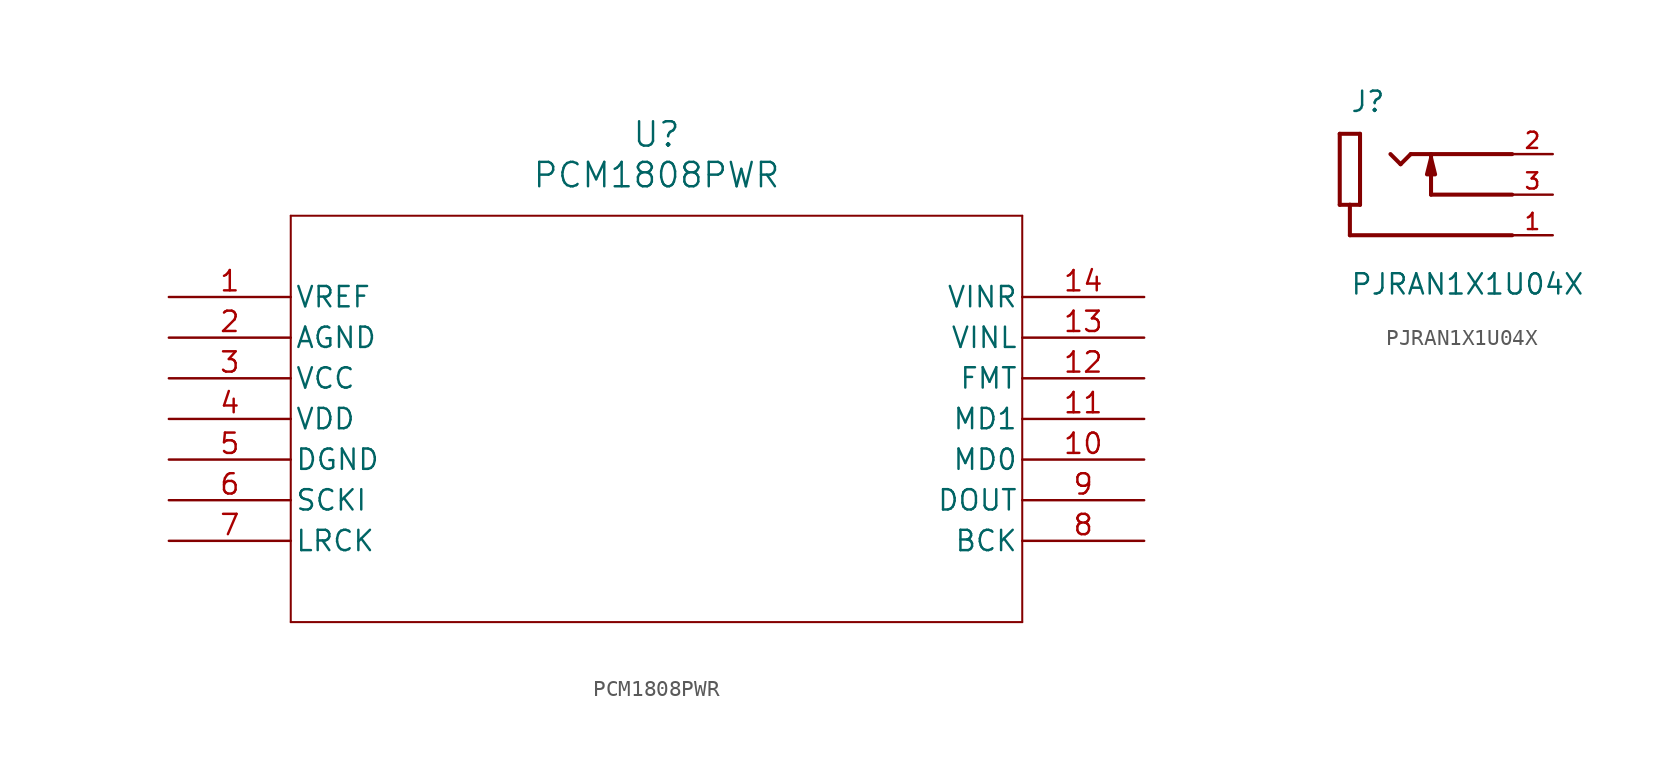
<source format=kicad_sym>
(kicad_symbol_lib
  (version 20241209)
  (generator "kicad_symbol_editor")
  (generator_version "9.0")
  (symbol "PCM1808PWR"
    (pin_names
      (offset 0.254))
    (property "Reference" "U"
      (at 30.48 10.16 0)
      (effects (font (size 1.524 1.524))))
    (property "Value" "PCM1808PWR"
      (at 30.48 7.62 0)
      (effects (font (size 1.524 1.524))))
    (property "ki_locked" ""
      (at 0 0 0)
      (effects (font (size 1.27 1.27))))
    (symbol "PCM1808PWR_0_1"
      (polyline (pts (xy 7.62 5.08) (xy 7.62 -20.32)) (stroke (width 0.127) (type default)) (fill (type none)))
      (polyline (pts (xy 7.62 -20.32) (xy 53.34 -20.32)) (stroke (width 0.127) (type default)) (fill (type none)))
      (polyline (pts (xy 53.34 5.08) (xy 7.62 5.08)) (stroke (width 0.127) (type default)) (fill (type none)))
      (polyline (pts (xy 53.34 -20.32) (xy 53.34 5.08)) (stroke (width 0.127) (type default)) (fill (type none)))
      (pin power_in line (at 0 0 0) (length 7.62) (name "VREF" (effects (font (size 1.27 1.27)))) (number "1" (effects (font (size 1.27 1.27)))))
      (pin power_in line (at 0 -2.54 0) (length 7.62) (name "AGND" (effects (font (size 1.27 1.27)))) (number "2" (effects (font (size 1.27 1.27)))))
      (pin power_in line (at 0 -5.08 0) (length 7.62) (name "VCC" (effects (font (size 1.27 1.27)))) (number "3" (effects (font (size 1.27 1.27)))))
      (pin power_in line (at 0 -7.62 0) (length 7.62) (name "VDD" (effects (font (size 1.27 1.27)))) (number "4" (effects (font (size 1.27 1.27)))))
      (pin power_in line (at 0 -10.16 0) (length 7.62) (name "DGND" (effects (font (size 1.27 1.27)))) (number "5" (effects (font (size 1.27 1.27)))))
      (pin input line (at 0 -12.7 0) (length 7.62) (name "SCKI" (effects (font (size 1.27 1.27)))) (number "6" (effects (font (size 1.27 1.27)))))
      (pin bidirectional line (at 0 -15.24 0) (length 7.62) (name "LRCK" (effects (font (size 1.27 1.27)))) (number "7" (effects (font (size 1.27 1.27)))))
      (pin input line (at 60.96 0 180) (length 7.62) (name "VINR" (effects (font (size 1.27 1.27)))) (number "14" (effects (font (size 1.27 1.27)))))
      (pin input line (at 60.96 -2.54 180) (length 7.62) (name "VINL" (effects (font (size 1.27 1.27)))) (number "13" (effects (font (size 1.27 1.27)))))
      (pin input line (at 60.96 -5.08 180) (length 7.62) (name "FMT" (effects (font (size 1.27 1.27)))) (number "12" (effects (font (size 1.27 1.27)))))
      (pin input line (at 60.96 -7.62 180) (length 7.62) (name "MD1" (effects (font (size 1.27 1.27)))) (number "11" (effects (font (size 1.27 1.27)))))
      (pin input line (at 60.96 -10.16 180) (length 7.62) (name "MD0" (effects (font (size 1.27 1.27)))) (number "10" (effects (font (size 1.27 1.27)))))
      (pin output line (at 60.96 -12.7 180) (length 7.62) (name "DOUT" (effects (font (size 1.27 1.27)))) (number "9" (effects (font (size 1.27 1.27)))))
      (pin bidirectional line (at 60.96 -15.24 180) (length 7.62) (name "BCK" (effects (font (size 1.27 1.27)))) (number "8" (effects (font (size 1.27 1.27)))))))
  (symbol "PJRAN1X1U04X"
    (pin_names
      (offset 1.016))
    (property "Reference" "J"
      (at -5.08 5.08 0)
      (effects (font (size 1.27 1.27)) (justify left bottom)))
    (property "Value" "PJRAN1X1U04X"
      (at -5.08 -6.35 0)
      (effects (font (size 1.27 1.27)) (justify left bottom)))
    (symbol "PJRAN1X1U04X_0_0"
      (polyline (pts (xy -5.715 3.81) (xy -5.715 -0.635)) (stroke (width 0.254) (type default)) (fill (type none)))
      (polyline (pts (xy -5.715 -0.635) (xy -5.08 -0.635)) (stroke (width 0.254) (type default)) (fill (type none)))
      (polyline (pts (xy -5.08 -0.635) (xy -4.445 -0.635)) (stroke (width 0.254) (type default)) (fill (type none)))
      (polyline (pts (xy -5.08 -2.54) (xy -5.08 -0.635)) (stroke (width 0.254) (type default)) (fill (type none)))
      (polyline (pts (xy -4.445 3.81) (xy -5.715 3.81)) (stroke (width 0.254) (type default)) (fill (type none)))
      (polyline (pts (xy -4.445 -0.635) (xy -4.445 3.81)) (stroke (width 0.254) (type default)) (fill (type none)))
      (polyline (pts (xy -1.905 1.905) (xy -2.54 2.54)) (stroke (width 0.254) (type default)) (fill (type none)))
      (polyline (pts (xy -1.27 2.54) (xy -1.905 1.905)) (stroke (width 0.254) (type default)) (fill (type none)))
      (polyline (pts (xy 0 2.286) (xy 0.254 1.27) (xy -0.254 1.27) (xy 0 2.286)) (stroke (width 0.254) (type default)) (fill (type outline)))
      (polyline (pts (xy 0 0) (xy 0 2.54)) (stroke (width 0.254) (type default)) (fill (type none)))
      (polyline (pts (xy 0 0) (xy 5.08 0)) (stroke (width 0.254) (type default)) (fill (type none)))
      (polyline (pts (xy 5.08 2.54) (xy -1.27 2.54)) (stroke (width 0.254) (type default)) (fill (type none)))
      (polyline (pts (xy 5.08 -2.54) (xy -5.08 -2.54)) (stroke (width 0.254) (type default)) (fill (type none)))
      (pin passive line (at 7.62 2.54 180) (length 2.54) (name "~" (effects (font (size 1.016 1.016)))) (number "2" (effects (font (size 1.016 1.016)))))
      (pin passive line (at 7.62 0 180) (length 2.54) (name "~" (effects (font (size 1.016 1.016)))) (number "3" (effects (font (size 1.016 1.016)))))
      (pin passive line (at 7.62 -2.54 180) (length 2.54) (name "~" (effects (font (size 1.016 1.016)))) (number "1" (effects (font (size 1.016 1.016))))))))
</source>
